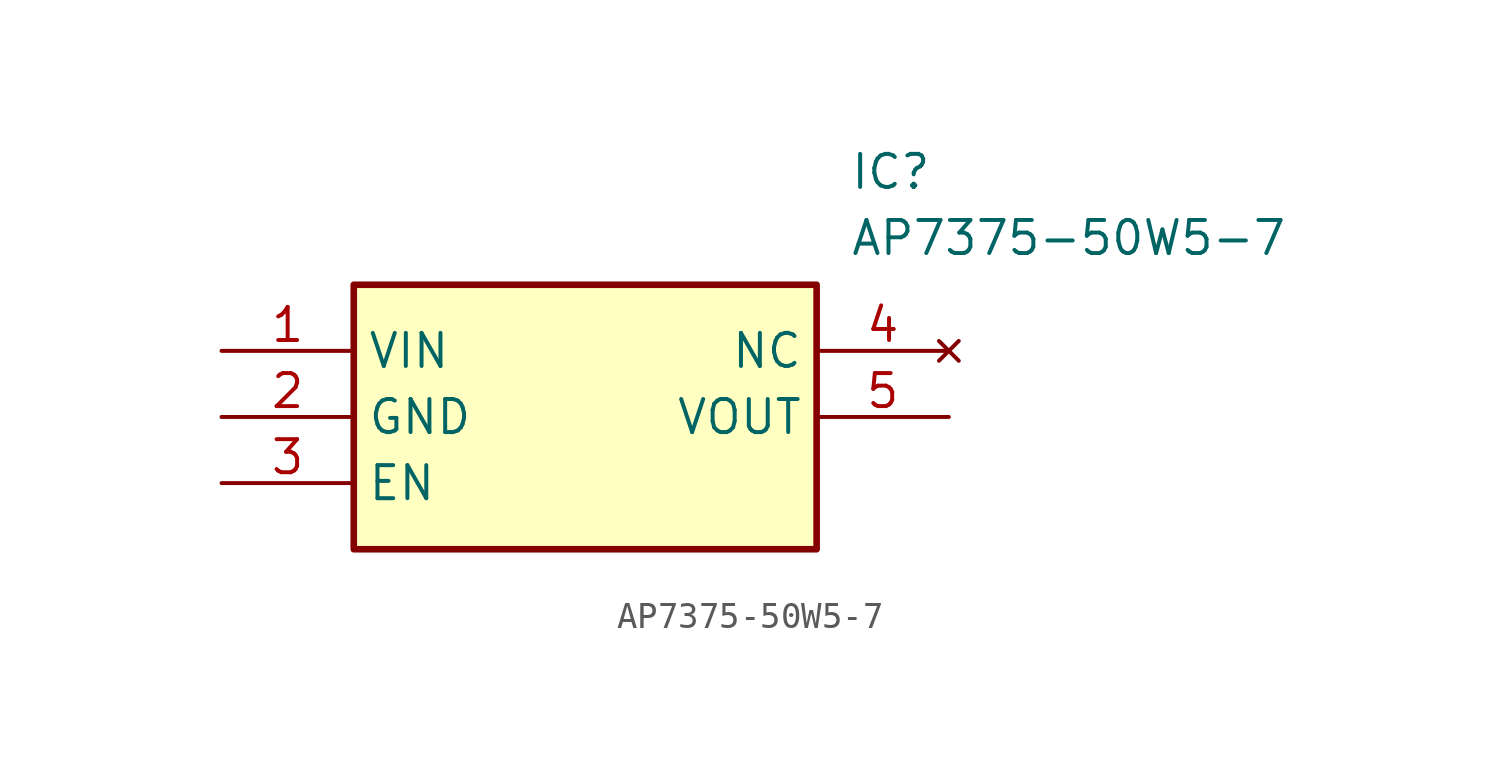
<source format=kicad_sym>
(kicad_symbol_lib
  (version 20211014)
  (generator SamacSys_ECAD_Model)
  (symbol "AP7375-50W5-7"
    (property "Reference" "IC"
      (at 24.13 7.62 0)
      (effects (font (size 1.27 1.27)) (justify left top)))
    (property "Value" "AP7375-50W5-7"
      (at 24.13 5.08 0)
      (effects (font (size 1.27 1.27)) (justify left top)))
    (rectangle
      (start 5.08 2.54)
      (end 22.86 -7.62)
      (stroke (width 0.254) (type default))
      (fill (type background)))
    (pin passive line
      (at 0 0 0)
      (length 5.08)
      (name "VIN" (effects (font (size 1.27 1.27))))
      (number "1" (effects (font (size 1.27 1.27)))))
    (pin passive line
      (at 0 -2.54 0)
      (length 5.08)
      (name "GND" (effects (font (size 1.27 1.27))))
      (number "2" (effects (font (size 1.27 1.27)))))
    (pin passive line
      (at 0 -5.08 0)
      (length 5.08)
      (name "EN" (effects (font (size 1.27 1.27))))
      (number "3" (effects (font (size 1.27 1.27)))))
    (pin no_connect line
      (at 27.94 0 180)
      (length 5.08)
      (name "NC" (effects (font (size 1.27 1.27))))
      (number "4" (effects (font (size 1.27 1.27)))))
    (pin passive line
      (at 27.94 -2.54 180)
      (length 5.08)
      (name "VOUT" (effects (font (size 1.27 1.27))))
      (number "5" (effects (font (size 1.27 1.27)))))))
</source>
